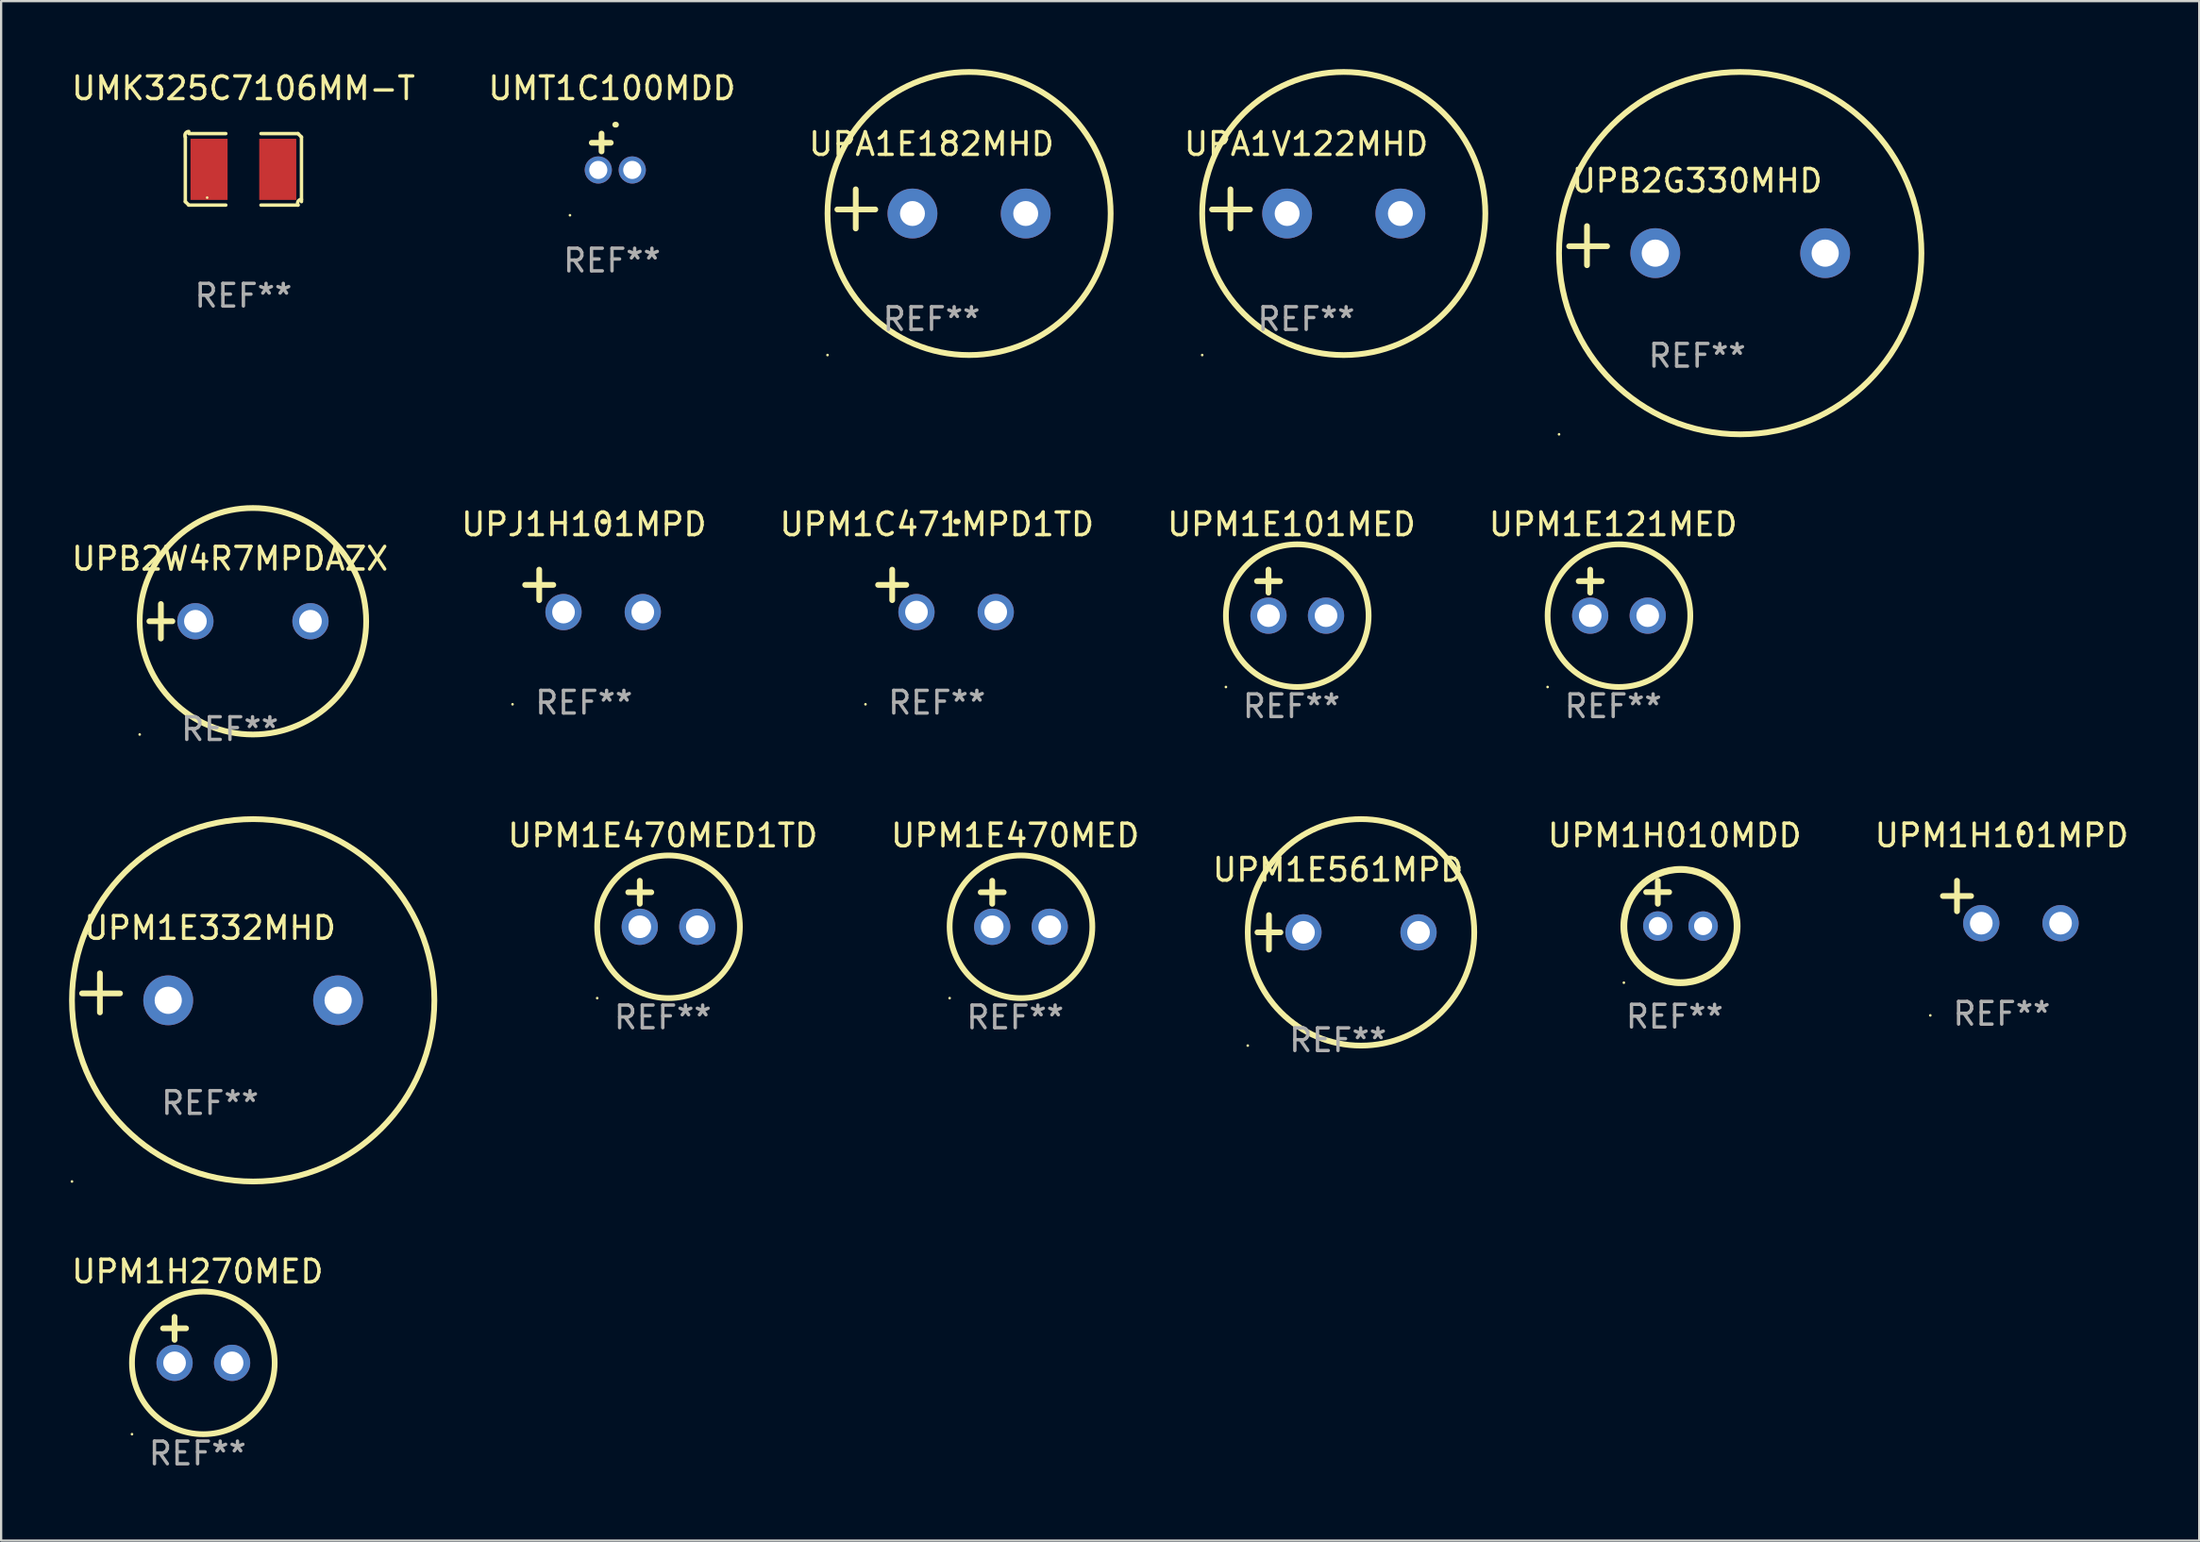
<source format=kicad_pcb>
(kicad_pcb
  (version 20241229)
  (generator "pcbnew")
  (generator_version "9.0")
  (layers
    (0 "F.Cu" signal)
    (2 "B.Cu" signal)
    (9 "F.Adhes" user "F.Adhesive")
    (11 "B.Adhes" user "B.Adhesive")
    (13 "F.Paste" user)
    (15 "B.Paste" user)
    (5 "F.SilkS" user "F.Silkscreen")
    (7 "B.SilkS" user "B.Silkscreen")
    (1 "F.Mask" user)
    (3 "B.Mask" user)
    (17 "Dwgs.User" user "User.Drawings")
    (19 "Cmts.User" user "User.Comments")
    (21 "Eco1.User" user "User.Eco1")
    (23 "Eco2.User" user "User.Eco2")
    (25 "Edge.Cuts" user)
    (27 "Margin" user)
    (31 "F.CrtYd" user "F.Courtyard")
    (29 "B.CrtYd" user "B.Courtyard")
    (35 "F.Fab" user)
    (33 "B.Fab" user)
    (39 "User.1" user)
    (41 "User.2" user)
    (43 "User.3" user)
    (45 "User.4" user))
  (footprint "UPM1E470MED"
    (layer "F.Cu")
    (at 41.772 36.856)
    (property "Reference" "UPM1E470MED" (at 0 -3.016 0) (layer "F.SilkS") (effects (font (size 1 1) (thickness 0.15))))
    (attr through_hole)
    (fp_line (start -1.524 -0.508) (end -0.508 -0.508) (stroke (width 0.254) (type solid)) (layer "F.SilkS"))
    (fp_line (start -1.016 -1.016) (end -1.016 0) (stroke (width 0.254) (type solid)) (layer "F.SilkS"))
    (fp_circle (center -2.896 4.166) (end -2.866 4.166) (stroke (width 0.06) (type solid)) (fill no) (layer "F.SilkS"))
    (fp_circle (center 0.254 1.016) (end 3.404 1.016) (stroke (width 0.254) (type solid)) (fill no) (layer "F.SilkS"))
    (fp_text user "REF**" (at 0 5.016 0) (layer "F.Fab") (effects (font (size 1 1) (thickness 0.15))))
    (pad "1" thru_hole circle (at -1.016 1.016) (size 1.6 1.6) (drill 1) (layers "*.Cu" "*.Mask"))
    (pad "2" thru_hole circle (at 1.524 1.016) (size 1.6 1.6) (drill 1) (layers "*.Cu" "*.Mask")))
  (footprint "UPM1E561MPD"
    (layer "F.Cu")
    (at 56.022 38.118)
    (property "Reference" "UPM1E561MPD" (at 0 -2.762 0) (layer "F.SilkS") (effects (font (size 1 1) (thickness 0.15))))
    (attr through_hole)
    (fp_line (start -3.556 0) (end -2.54 0) (stroke (width 0.254) (type solid)) (layer "F.SilkS"))
    (fp_line (start -3.048 -0.762) (end -3.048 0.762) (stroke (width 0.254) (type solid)) (layer "F.SilkS"))
    (fp_circle (center -3.984 5) (end -3.954 5) (stroke (width 0.06) (type solid)) (fill no) (layer "F.SilkS"))
    (fp_circle (center 1.016 0) (end 6.016 0) (stroke (width 0.254) (type solid)) (fill no) (layer "F.SilkS"))
    (fp_text user "REF**" (at 0 4.762 0) (layer "F.Fab") (effects (font (size 1 1) (thickness 0.15))))
    (pad "1" thru_hole circle (at -1.524 0) (size 1.6 1.6) (drill 1) (layers "*.Cu" "*.Mask"))
    (pad "2" thru_hole circle (at 3.556 0) (size 1.6 1.6) (drill 1) (layers "*.Cu" "*.Mask")))
  (footprint "UPM1E470MED1TD"
    (layer "F.Cu")
    (at 26.212 36.856)
    (property "Reference" "UPM1E470MED1TD" (at 0 -3.016 0) (layer "F.SilkS") (effects (font (size 1 1) (thickness 0.15))))
    (attr through_hole)
    (fp_line (start -1.524 -0.508) (end -0.508 -0.508) (stroke (width 0.254) (type solid)) (layer "F.SilkS"))
    (fp_line (start -1.016 -1.016) (end -1.016 0) (stroke (width 0.254) (type solid)) (layer "F.SilkS"))
    (fp_circle (center -2.896 4.166) (end -2.866 4.166) (stroke (width 0.06) (type solid)) (fill no) (layer "F.SilkS"))
    (fp_circle (center 0.254 1.016) (end 3.404 1.016) (stroke (width 0.254) (type solid)) (fill no) (layer "F.SilkS"))
    (fp_text user "REF**" (at 0 5.016 0) (layer "F.Fab") (effects (font (size 1 1) (thickness 0.15))))
    (pad "1" thru_hole circle (at -1.016 1.016) (size 1.6 1.6) (drill 1) (layers "*.Cu" "*.Mask"))
    (pad "2" thru_hole circle (at 1.524 1.016) (size 1.6 1.6) (drill 1) (layers "*.Cu" "*.Mask")))
  (footprint "UMK325C7106MM-T"
    (layer "F.Cu")
    (at 7.696 4.427)
    (property "Reference" "UMK325C7106MM-T" (at 0 -3.579 0) (layer "F.SilkS") (effects (font (size 1 1) (thickness 0.15))))
    (attr through_hole)
    (fp_line (start -2.564 1.426) (end -2.564 -1.426) (stroke (width 0.152) (type solid)) (layer "F.SilkS"))
    (fp_line (start -2.411 -1.579) (end -0.776 -1.579) (stroke (width 0.152) (type solid)) (layer "F.SilkS"))
    (fp_line (start -0.776 1.579) (end -2.411 1.579) (stroke (width 0.152) (type solid)) (layer "F.SilkS"))
    (fp_line (start 0.776 1.579) (end 2.411 1.579) (stroke (width 0.152) (type solid)) (layer "F.SilkS"))
    (fp_line (start 2.411 -1.579) (end 0.776 -1.579) (stroke (width 0.152) (type solid)) (layer "F.SilkS"))
    (fp_line (start 2.564 1.426) (end 2.564 -1.426) (stroke (width 0.152) (type solid)) (layer "F.SilkS"))
    (fp_arc (start -2.563602 -1.426213) (mid -2.555597 -1.591233) (end -2.411201 -1.671518) (stroke (width 0.1524) (type solid)) (layer "F.SilkS"))
    (fp_arc (start -2.5636 1.426214) (mid -2.487389 1.502402) (end -2.411201 1.578613) (stroke (width 0.1524) (type solid)) (layer "F.SilkS"))
    (fp_arc (start 2.411197 -1.578618) (mid 2.487403 -1.502419) (end 2.563602 -1.426213) (stroke (width 0.1524) (type solid)) (layer "F.SilkS"))
    (fp_arc (start 2.411201 1.578613) (mid 2.416214 1.409455) (end 2.563602 1.32629) (stroke (width 0.1524) (type solid)) (layer "F.SilkS"))
    (fp_circle (center -1.6 1.25) (end -1.57 1.25) (stroke (width 0.06) (type solid)) (fill no) (layer "F.SilkS"))
    (fp_text user "REF**" (at 0 5.579 0) (layer "F.Fab") (effects (font (size 1 1) (thickness 0.15))))
    (pad "1" smd rect (at -1.517 0) (size 1.635 2.7) (layers "F.Cu" "F.Mask" "F.Paste"))
    (pad "2" smd rect (at 1.517 0) (size 1.635 2.7) (layers "F.Cu" "F.Mask" "F.Paste")))
  (footprint "UPM1E101MED"
    (layer "F.Cu")
    (at 53.97 23.118)
    (property "Reference" "UPM1E101MED" (at 0 -3.016 0) (layer "F.SilkS") (effects (font (size 1 1) (thickness 0.15))))
    (attr through_hole)
    (fp_line (start -1.524 -0.508) (end -0.508 -0.508) (stroke (width 0.254) (type solid)) (layer "F.SilkS"))
    (fp_line (start -1.016 -1.016) (end -1.016 0) (stroke (width 0.254) (type solid)) (layer "F.SilkS"))
    (fp_circle (center -2.896 4.166) (end -2.866 4.166) (stroke (width 0.06) (type solid)) (fill no) (layer "F.SilkS"))
    (fp_circle (center 0.254 1.016) (end 3.404 1.016) (stroke (width 0.254) (type solid)) (fill no) (layer "F.SilkS"))
    (fp_text user "REF**" (at 0 5.016 0) (layer "F.Fab") (effects (font (size 1 1) (thickness 0.15))))
    (pad "1" thru_hole circle (at -1.016 1.016) (size 1.6 1.6) (drill 1) (layers "*.Cu" "*.Mask"))
    (pad "2" thru_hole circle (at 1.524 1.016) (size 1.6 1.6) (drill 1) (layers "*.Cu" "*.Mask")))
  (footprint "UPM1H101MPD"
    (layer "F.Cu")
    (at 85.326 36.776)
    (property "Reference" "UPM1H101MPD" (at 0 -2.937 0) (layer "F.SilkS") (effects (font (size 1 1) (thickness 0.15))))
    (attr through_hole)
    (fp_line (start -1.975 0.41) (end -1.975 -0.937) (stroke (width 0.254) (type solid)) (layer "F.SilkS"))
    (fp_line (start -1.353 -0.263) (end -2.597 -0.263) (stroke (width 0.254) (type solid)) (layer "F.SilkS"))
    (fp_arc (start 0.849809 -3.063957) (mid 0.885369 -3.064114) (end 0.920929 -3.063957) (stroke (width 0.254001) (type solid)) (layer "F.SilkS"))
    (fp_circle (center -3.154 5.008) (end -3.124 5.008) (stroke (width 0.06) (type solid)) (fill no) (layer "F.SilkS"))
    (fp_text user "REF**" (at 0 4.937 0) (layer "F.Fab") (effects (font (size 1 1) (thickness 0.15))))
    (pad "1" thru_hole circle (at -0.903 0.937) (size 1.6 1.6) (drill 1) (layers "*.Cu" "*.Mask"))
    (pad "2" thru_hole circle (at 2.597 0.937) (size 1.6 1.6) (drill 1) (layers "*.Cu" "*.Mask")))
  (footprint "UPA1E182MHD"
    (layer "F.Cu")
    (at 38.077 6.174)
    (property "Reference" "UPA1E182MHD" (at 0 -2.864 0) (layer "F.SilkS") (effects (font (size 1 1) (thickness 0.15))))
    (attr through_hole)
    (fp_line (start -3.346 0.864) (end -3.346 -0.864) (stroke (width 0.254) (type solid)) (layer "F.SilkS"))
    (fp_line (start -2.482 0.025) (end -4.158 0.025) (stroke (width 0.254) (type solid)) (layer "F.SilkS"))
    (fp_circle (center -4.592 6.453) (end -4.562 6.453) (stroke (width 0.06) (type solid)) (fill no) (layer "F.SilkS"))
    (fp_circle (center 1.658 0.203) (end 7.908 0.203) (stroke (width 0.254) (type solid)) (fill no) (layer "F.SilkS"))
    (fp_text user "REF**" (at 0 4.864 0) (layer "F.Fab") (effects (font (size 1 1) (thickness 0.15))))
    (pad "1" thru_hole circle (at -0.842 0.203) (size 2.2 2.2) (drill 1.1) (layers "*.Cu" "*.Mask"))
    (pad "2" thru_hole circle (at 4.158 0.203) (size 2.2 2.2) (drill 1.1) (layers "*.Cu" "*.Mask")))
  (footprint "UPM1C471MPD1TD"
    (layer "F.Cu")
    (at 38.315 23.039)
    (property "Reference" "UPM1C471MPD1TD" (at 0 -2.937 0) (layer "F.SilkS") (effects (font (size 1 1) (thickness 0.15))))
    (attr through_hole)
    (fp_line (start -1.975 0.41) (end -1.975 -0.937) (stroke (width 0.254) (type solid)) (layer "F.SilkS"))
    (fp_line (start -1.353 -0.263) (end -2.597 -0.263) (stroke (width 0.254) (type solid)) (layer "F.SilkS"))
    (fp_arc (start 0.849809 -3.063957) (mid 0.885369 -3.064114) (end 0.920929 -3.063957) (stroke (width 0.254001) (type solid)) (layer "F.SilkS"))
    (fp_circle (center -3.154 5.008) (end -3.124 5.008) (stroke (width 0.06) (type solid)) (fill no) (layer "F.SilkS"))
    (fp_text user "REF**" (at 0 4.937 0) (layer "F.Fab") (effects (font (size 1 1) (thickness 0.15))))
    (pad "1" thru_hole circle (at -0.903 0.937) (size 1.6 1.6) (drill 1) (layers "*.Cu" "*.Mask"))
    (pad "2" thru_hole circle (at 2.597 0.937) (size 1.6 1.6) (drill 1) (layers "*.Cu" "*.Mask")))
  (footprint "UPM1H010MDD"
    (layer "F.Cu")
    (at 70.885 36.84)
    (property "Reference" "UPM1H010MDD" (at 0 -3 0) (layer "F.SilkS") (effects (font (size 1 1) (thickness 0.15))))
    (attr through_hole)
    (fp_line (start -1.258 -0.5) (end -0.242 -0.5) (stroke (width 0.254) (type solid)) (layer "F.SilkS"))
    (fp_line (start -0.742 -1) (end -0.742 0.016) (stroke (width 0.254) (type solid)) (layer "F.SilkS"))
    (fp_circle (center -2.242 3.5) (end -2.212 3.5) (stroke (width 0.06) (type solid)) (fill no) (layer "F.SilkS"))
    (fp_circle (center 0.258 1) (end 2.758 1) (stroke (width 0.3) (type solid)) (fill no) (layer "F.SilkS"))
    (fp_text user "REF**" (at 0 5 0) (layer "F.Fab") (effects (font (size 1 1) (thickness 0.15))))
    (pad "1" thru_hole circle (at -0.742 1) (size 1.3 1.3) (drill 0.8) (layers "*.Cu" "*.Mask"))
    (pad "2" thru_hole circle (at 1.258 1) (size 1.3 1.3) (drill 0.8) (layers "*.Cu" "*.Mask")))
  (footprint "UPJ1H101MPD"
    (layer "F.Cu")
    (at 22.732 23.039)
    (property "Reference" "UPJ1H101MPD" (at 0 -2.937 0) (layer "F.SilkS") (effects (font (size 1 1) (thickness 0.15))))
    (attr through_hole)
    (fp_line (start -1.975 0.41) (end -1.975 -0.937) (stroke (width 0.254) (type solid)) (layer "F.SilkS"))
    (fp_line (start -1.353 -0.263) (end -2.597 -0.263) (stroke (width 0.254) (type solid)) (layer "F.SilkS"))
    (fp_arc (start 0.849809 -3.063957) (mid 0.885369 -3.064114) (end 0.920929 -3.063957) (stroke (width 0.254001) (type solid)) (layer "F.SilkS"))
    (fp_circle (center -3.154 5.008) (end -3.124 5.008) (stroke (width 0.06) (type solid)) (fill no) (layer "F.SilkS"))
    (fp_text user "REF**" (at 0 4.937 0) (layer "F.Fab") (effects (font (size 1 1) (thickness 0.15))))
    (pad "1" thru_hole circle (at -0.903 0.937) (size 1.6 1.6) (drill 1) (layers "*.Cu" "*.Mask"))
    (pad "2" thru_hole circle (at 2.597 0.937) (size 1.6 1.6) (drill 1) (layers "*.Cu" "*.Mask")))
  (footprint "UPM1E332MHD"
    (layer "F.Cu")
    (at 6.225 40.788)
    (property "Reference" "UPM1E332MHD" (at 0 -2.864 0) (layer "F.SilkS") (effects (font (size 1 1) (thickness 0.15))))
    (attr through_hole)
    (fp_line (start -4.864 0.864) (end -4.864 -0.864) (stroke (width 0.254) (type solid)) (layer "F.SilkS"))
    (fp_line (start -3.975 0.025) (end -5.652 0.025) (stroke (width 0.254) (type solid)) (layer "F.SilkS"))
    (fp_circle (center -6.098 8.33) (end -6.068 8.33) (stroke (width 0.06) (type solid)) (fill no) (layer "F.SilkS"))
    (fp_circle (center 1.902 0.33) (end 9.902 0.33) (stroke (width 0.254) (type solid)) (fill no) (layer "F.SilkS"))
    (fp_text user "REF**" (at 0 4.864 0) (layer "F.Fab") (effects (font (size 1 1) (thickness 0.15))))
    (pad "1" thru_hole circle (at -1.848 0.33) (size 2.2 2.2) (drill 1.2) (layers "*.Cu" "*.Mask"))
    (pad "2" thru_hole circle (at 5.652 0.33) (size 2.2 2.2) (drill 1.2) (layers "*.Cu" "*.Mask")))
  (footprint "UMT1C100MDD"
    (layer "F.Cu")
    (at 23.97 3.651)
    (property "Reference" "UMT1C100MDD" (at 0 -2.803 0) (layer "F.SilkS") (effects (font (size 1 1) (thickness 0.15))))
    (attr through_hole)
    (fp_line (start -0.462 -0.016) (end -0.462 -0.803) (stroke (width 0.254) (type solid)) (layer "F.SilkS"))
    (fp_line (start -0.056 -0.397) (end -0.894 -0.397) (stroke (width 0.254) (type solid)) (layer "F.SilkS"))
    (fp_arc (start 0.142799 -1.195784) (mid 0.159309 -1.195852) (end 0.175819 -1.195784) (stroke (width 0.254001) (type solid)) (layer "F.SilkS"))
    (fp_circle (center -1.856 2.803) (end -1.826 2.803) (stroke (width 0.06) (type solid)) (fill no) (layer "F.SilkS"))
    (fp_text user "REF**" (at 0 4.803 0) (layer "F.Fab") (effects (font (size 1 1) (thickness 0.15))))
    (pad "1" thru_hole circle (at -0.606 0.803) (size 1.2 1.2) (drill 0.8) (layers "*.Cu" "*.Mask"))
    (pad "2" thru_hole circle (at 0.894 0.803) (size 1.2 1.2) (drill 0.8) (layers "*.Cu" "*.Mask")))
  (footprint "UPB2G330MHD"
    (layer "F.Cu")
    (at 71.879 7.797)
    (property "Reference" "UPB2G330MHD" (at 0 -2.864 0) (layer "F.SilkS") (effects (font (size 1 1) (thickness 0.15))))
    (attr through_hole)
    (fp_line (start -4.864 0.864) (end -4.864 -0.864) (stroke (width 0.254) (type solid)) (layer "F.SilkS"))
    (fp_line (start -3.975 0.025) (end -5.652 0.025) (stroke (width 0.254) (type solid)) (layer "F.SilkS"))
    (fp_circle (center -6.098 8.33) (end -6.068 8.33) (stroke (width 0.06) (type solid)) (fill no) (layer "F.SilkS"))
    (fp_circle (center 1.902 0.33) (end 9.902 0.33) (stroke (width 0.254) (type solid)) (fill no) (layer "F.SilkS"))
    (fp_text user "REF**" (at 0 4.864 0) (layer "F.Fab") (effects (font (size 1 1) (thickness 0.15))))
    (pad "1" thru_hole circle (at -1.848 0.33) (size 2.2 2.2) (drill 1.2) (layers "*.Cu" "*.Mask"))
    (pad "2" thru_hole circle (at 5.652 0.33) (size 2.2 2.2) (drill 1.2) (layers "*.Cu" "*.Mask")))
  (footprint "UPB2W4R7MPDAZX"
    (layer "F.Cu")
    (at 7.101 24.381)
    (property "Reference" "UPB2W4R7MPDAZX" (at 0 -2.762 0) (layer "F.SilkS") (effects (font (size 1 1) (thickness 0.15))))
    (attr through_hole)
    (fp_line (start -3.556 0) (end -2.54 0) (stroke (width 0.254) (type solid)) (layer "F.SilkS"))
    (fp_line (start -3.048 -0.762) (end -3.048 0.762) (stroke (width 0.254) (type solid)) (layer "F.SilkS"))
    (fp_circle (center -3.984 5) (end -3.954 5) (stroke (width 0.06) (type solid)) (fill no) (layer "F.SilkS"))
    (fp_circle (center 1.016 0) (end 6.016 0) (stroke (width 0.254) (type solid)) (fill no) (layer "F.SilkS"))
    (fp_text user "REF**" (at 0 4.762 0) (layer "F.Fab") (effects (font (size 1 1) (thickness 0.15))))
    (pad "1" thru_hole circle (at -1.524 0) (size 1.6 1.6) (drill 1) (layers "*.Cu" "*.Mask"))
    (pad "2" thru_hole circle (at 3.556 0) (size 1.6 1.6) (drill 1) (layers "*.Cu" "*.Mask")))
  (footprint "UPA1V122MHD"
    (layer "F.Cu")
    (at 54.619 6.174)
    (property "Reference" "UPA1V122MHD" (at 0 -2.864 0) (layer "F.SilkS") (effects (font (size 1 1) (thickness 0.15))))
    (attr through_hole)
    (fp_line (start -3.346 0.864) (end -3.346 -0.864) (stroke (width 0.254) (type solid)) (layer "F.SilkS"))
    (fp_line (start -2.482 0.025) (end -4.158 0.025) (stroke (width 0.254) (type solid)) (layer "F.SilkS"))
    (fp_circle (center -4.592 6.453) (end -4.562 6.453) (stroke (width 0.06) (type solid)) (fill no) (layer "F.SilkS"))
    (fp_circle (center 1.658 0.203) (end 7.908 0.203) (stroke (width 0.254) (type solid)) (fill no) (layer "F.SilkS"))
    (fp_text user "REF**" (at 0 4.864 0) (layer "F.Fab") (effects (font (size 1 1) (thickness 0.15))))
    (pad "1" thru_hole circle (at -0.842 0.203) (size 2.2 2.2) (drill 1.1) (layers "*.Cu" "*.Mask"))
    (pad "2" thru_hole circle (at 4.158 0.203) (size 2.2 2.2) (drill 1.1) (layers "*.Cu" "*.Mask")))
  (footprint "UPM1H270MED"
    (layer "F.Cu")
    (at 5.673 56.11)
    (property "Reference" "UPM1H270MED" (at 0 -3.016 0) (layer "F.SilkS") (effects (font (size 1 1) (thickness 0.15))))
    (attr through_hole)
    (fp_line (start -1.524 -0.508) (end -0.508 -0.508) (stroke (width 0.254) (type solid)) (layer "F.SilkS"))
    (fp_line (start -1.016 -1.016) (end -1.016 0) (stroke (width 0.254) (type solid)) (layer "F.SilkS"))
    (fp_circle (center -2.896 4.166) (end -2.866 4.166) (stroke (width 0.06) (type solid)) (fill no) (layer "F.SilkS"))
    (fp_circle (center 0.254 1.016) (end 3.404 1.016) (stroke (width 0.254) (type solid)) (fill no) (layer "F.SilkS"))
    (fp_text user "REF**" (at 0 5.016 0) (layer "F.Fab") (effects (font (size 1 1) (thickness 0.15))))
    (pad "1" thru_hole circle (at -1.016 1.016) (size 1.6 1.6) (drill 1) (layers "*.Cu" "*.Mask"))
    (pad "2" thru_hole circle (at 1.524 1.016) (size 1.6 1.6) (drill 1) (layers "*.Cu" "*.Mask")))
  (footprint "UPM1E121MED"
    (layer "F.Cu")
    (at 68.173 23.118)
    (property "Reference" "UPM1E121MED" (at 0 -3.016 0) (layer "F.SilkS") (effects (font (size 1 1) (thickness 0.15))))
    (attr through_hole)
    (fp_line (start -1.524 -0.508) (end -0.508 -0.508) (stroke (width 0.254) (type solid)) (layer "F.SilkS"))
    (fp_line (start -1.016 -1.016) (end -1.016 0) (stroke (width 0.254) (type solid)) (layer "F.SilkS"))
    (fp_circle (center -2.896 4.166) (end -2.866 4.166) (stroke (width 0.06) (type solid)) (fill no) (layer "F.SilkS"))
    (fp_circle (center 0.254 1.016) (end 3.404 1.016) (stroke (width 0.254) (type solid)) (fill no) (layer "F.SilkS"))
    (fp_text user "REF**" (at 0 5.016 0) (layer "F.Fab") (effects (font (size 1 1) (thickness 0.15))))
    (pad "1" thru_hole circle (at -1.016 1.016) (size 1.6 1.6) (drill 1) (layers "*.Cu" "*.Mask"))
    (pad "2" thru_hole circle (at 1.524 1.016) (size 1.6 1.6) (drill 1) (layers "*.Cu" "*.Mask")))
  (gr_rect
    (start -3 -3)
    (end 94.046 64.974)
    (stroke (width 0.1) (type default))
    (fill no)
    (layer "Edge.Cuts")))
</source>
